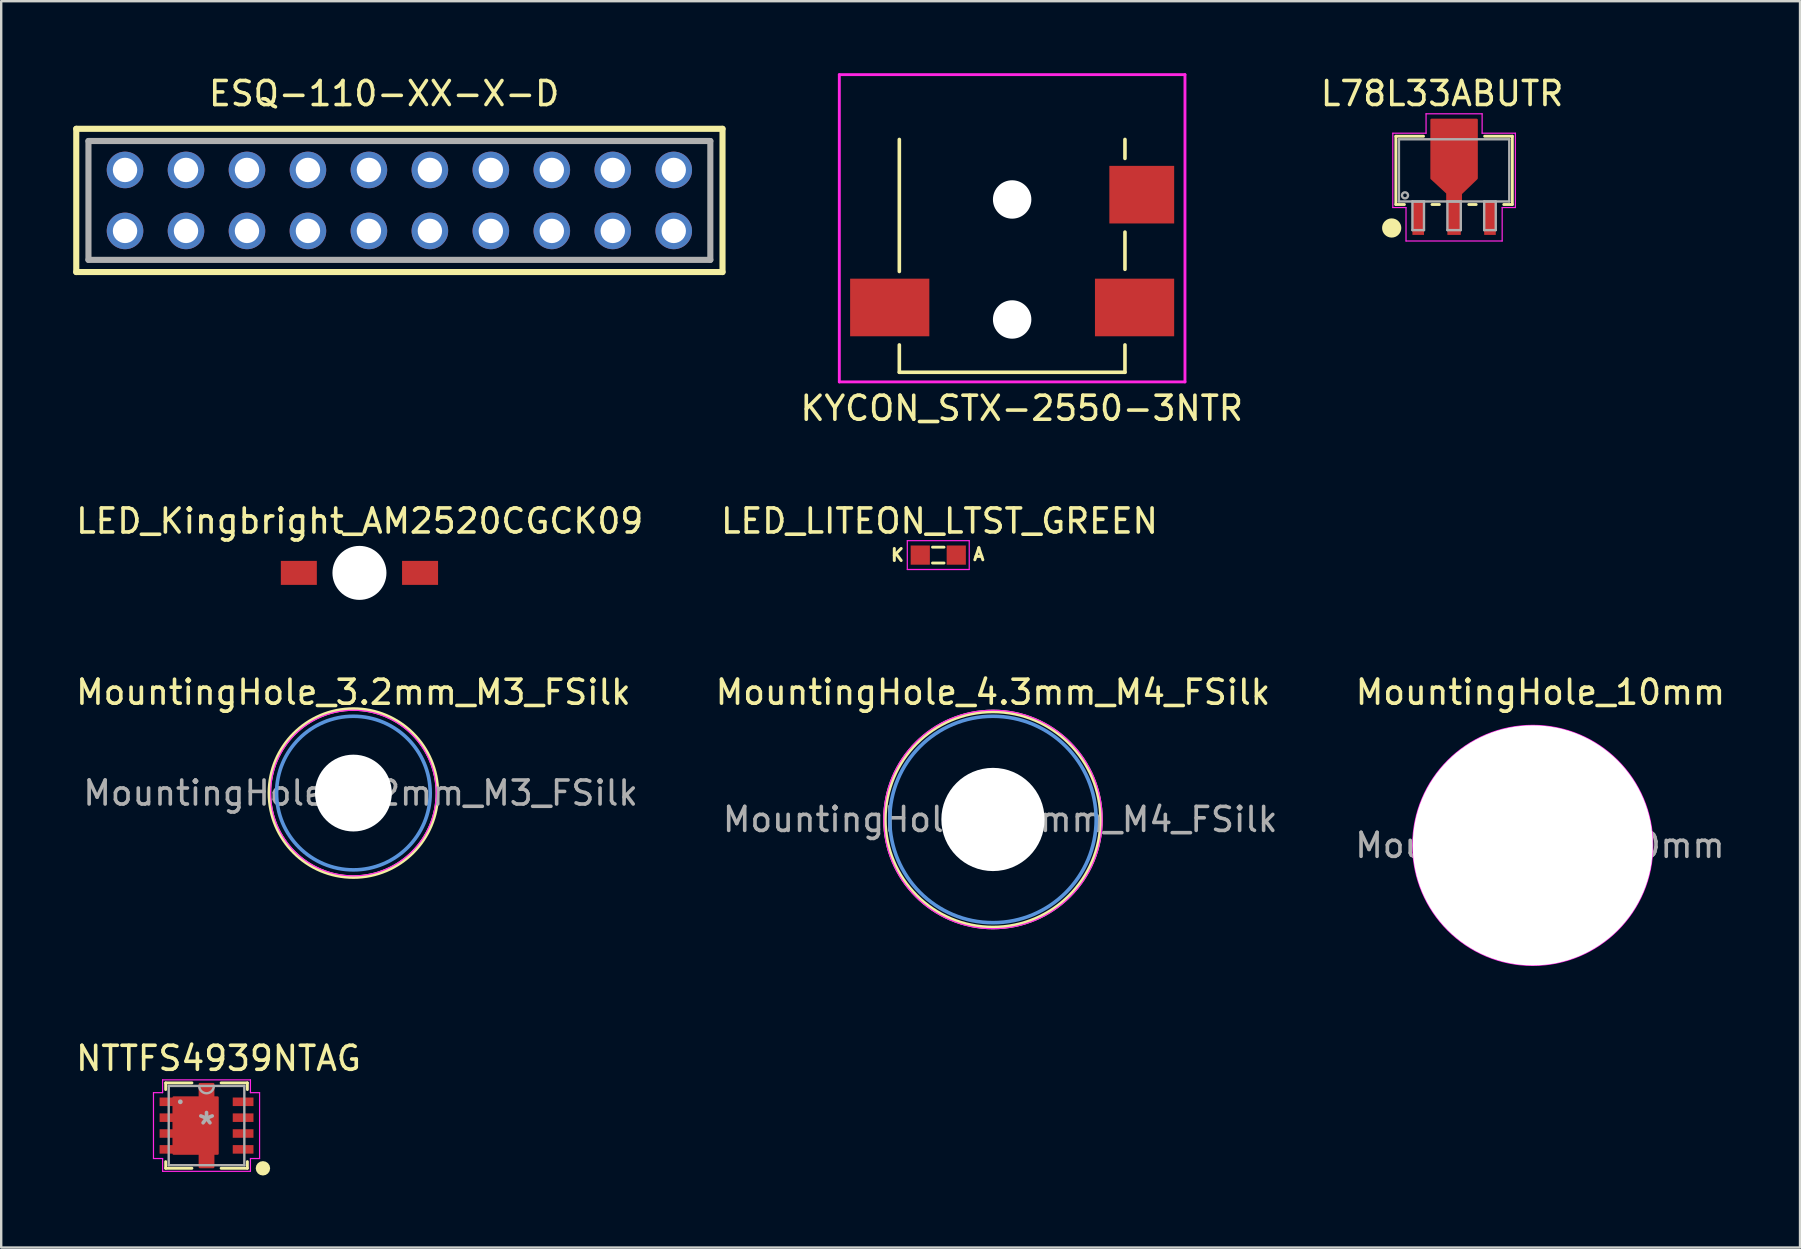
<source format=kicad_pcb>
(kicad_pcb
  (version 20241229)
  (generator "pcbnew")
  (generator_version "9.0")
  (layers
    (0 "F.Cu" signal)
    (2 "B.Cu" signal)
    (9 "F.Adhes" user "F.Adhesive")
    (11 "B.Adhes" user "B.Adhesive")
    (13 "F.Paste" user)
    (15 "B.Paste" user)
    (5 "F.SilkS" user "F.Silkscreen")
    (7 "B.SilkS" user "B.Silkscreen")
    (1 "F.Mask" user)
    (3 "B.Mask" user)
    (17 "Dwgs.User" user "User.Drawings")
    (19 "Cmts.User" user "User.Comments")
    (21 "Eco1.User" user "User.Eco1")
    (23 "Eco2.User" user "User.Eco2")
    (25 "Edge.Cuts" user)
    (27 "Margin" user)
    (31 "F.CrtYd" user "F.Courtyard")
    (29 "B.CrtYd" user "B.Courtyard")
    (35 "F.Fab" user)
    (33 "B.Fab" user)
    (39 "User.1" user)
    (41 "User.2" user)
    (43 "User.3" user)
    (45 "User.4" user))
  (footprint "MountingHole_10mm"
    (layer "F.Cu")
    (at 60.806 32.17)
    (property "Reference" "MountingHole_10mm" (at 0.32 -6.38 0) (layer "F.SilkS") (effects (font (size 1 1) (thickness 0.15))))
    (attr exclude_from_pos_files exclude_from_bom)
    (fp_circle (center 0 0) (end 5 0) (stroke (width 0.05) (type solid)) (fill no) (layer "F.CrtYd"))
    (fp_text user "${REFERENCE}" (at 0.3 0 0) (layer "F.Fab") (effects (font (size 1 1) (thickness 0.15))))
    (pad "" np_thru_hole circle (at 0 0) (size 10 10) (drill 10) (layers "*.Cu" "*.Mask")))
  (footprint "NTTFS4939NTAG"
    (layer "F.Cu")
    (at 5.554 43.843)
    (property "Reference" "NTTFS4939NTAG" (at 0.5 -2.8 0) (layer "F.SilkS") (effects (font (size 1 1) (thickness 0.15))))
    (attr smd)
    (fp_poly (pts (xy -0.279 -1.727) (xy 0.279 -1.727) (xy 0.279 -1.168) (xy 0.459 -1.168) (xy 0.459 1.168) (xy 0.279 1.168) (xy 0.279 1.727) (xy -0.279 1.727) (xy -0.279 1.168) (xy -1.369 1.168) (xy -1.369 -1.168) (xy -0.279 -1.168)) (stroke (width 0.1) (type solid)) (fill yes) (layer "F.Cu"))
    (fp_poly (pts (xy -0.279 -1.727) (xy 0.279 -1.727) (xy 0.279 -1.168) (xy 0.459 -1.168) (xy 0.459 1.168) (xy 0.279 1.168) (xy 0.279 1.727) (xy -0.279 1.727) (xy -0.279 1.168) (xy -1.369 1.168) (xy -1.369 -1.168) (xy -0.279 -1.168)) (stroke (width 0.1) (type solid)) (fill yes) (layer "F.Mask"))
    (fp_line (start -1.702 -1.778) (end -1.702 -1.501) (stroke (width 0.12) (type solid)) (layer "F.SilkS"))
    (fp_line (start -1.702 1.501) (end -1.702 1.778) (stroke (width 0.12) (type solid)) (layer "F.SilkS"))
    (fp_line (start -1.702 1.778) (end -0.608 1.778) (stroke (width 0.12) (type solid)) (layer "F.SilkS"))
    (fp_line (start -0.608 -1.778) (end -1.702 -1.778) (stroke (width 0.12) (type solid)) (layer "F.SilkS"))
    (fp_line (start 0.608 1.778) (end 1.702 1.778) (stroke (width 0.12) (type solid)) (layer "F.SilkS"))
    (fp_line (start 1.702 -1.778) (end 0.608 -1.778) (stroke (width 0.12) (type solid)) (layer "F.SilkS"))
    (fp_line (start 1.702 -1.501) (end 1.702 -1.778) (stroke (width 0.12) (type solid)) (layer "F.SilkS"))
    (fp_line (start 1.702 1.778) (end 1.702 1.501) (stroke (width 0.12) (type solid)) (layer "F.SilkS"))
    (fp_circle (center 2.35 1.78) (end 2.5 1.78) (stroke (width 0.3) (type solid)) (fill no) (layer "F.SilkS"))
    (fp_poly (pts (xy -0.279 -1.727) (xy 0.279 -1.727) (xy 0.279 -1.168) (xy 0.459 -1.168) (xy 0.459 1.168) (xy 0.279 1.168) (xy 0.279 1.727) (xy -0.279 1.727) (xy -0.279 1.168) (xy -1.369 1.168) (xy -1.369 -1.168) (xy -0.279 -1.168)) (stroke (width 0.1) (type solid)) (fill yes) (layer "F.Paste"))
    (fp_line (start -2.21 -1.372) (end -1.829 -1.372) (stroke (width 0.05) (type solid)) (layer "F.CrtYd"))
    (fp_line (start -2.21 1.372) (end -2.21 -1.372) (stroke (width 0.05) (type solid)) (layer "F.CrtYd"))
    (fp_line (start -1.829 -1.905) (end 1.829 -1.905) (stroke (width 0.05) (type solid)) (layer "F.CrtYd"))
    (fp_line (start -1.829 -1.372) (end -1.829 -1.905) (stroke (width 0.05) (type solid)) (layer "F.CrtYd"))
    (fp_line (start -1.829 1.372) (end -2.21 1.372) (stroke (width 0.05) (type solid)) (layer "F.CrtYd"))
    (fp_line (start -1.829 1.905) (end -1.829 1.372) (stroke (width 0.05) (type solid)) (layer "F.CrtYd"))
    (fp_line (start 1.829 -1.905) (end 1.829 -1.372) (stroke (width 0.05) (type solid)) (layer "F.CrtYd"))
    (fp_line (start 1.829 -1.372) (end 2.21 -1.372) (stroke (width 0.05) (type solid)) (layer "F.CrtYd"))
    (fp_line (start 1.829 1.372) (end 1.829 1.905) (stroke (width 0.05) (type solid)) (layer "F.CrtYd"))
    (fp_line (start 1.829 1.905) (end -1.829 1.905) (stroke (width 0.05) (type solid)) (layer "F.CrtYd"))
    (fp_line (start 2.21 -1.372) (end 2.21 1.372) (stroke (width 0.05) (type solid)) (layer "F.CrtYd"))
    (fp_line (start 2.21 1.372) (end 1.829 1.372) (stroke (width 0.05) (type solid)) (layer "F.CrtYd"))
    (fp_line (start -1.575 -1.651) (end -1.575 1.651) (stroke (width 0.1) (type solid)) (layer "F.Fab"))
    (fp_line (start -1.575 1.651) (end 1.575 1.651) (stroke (width 0.1) (type solid)) (layer "F.Fab"))
    (fp_line (start 1.575 -1.651) (end -1.575 -1.651) (stroke (width 0.1) (type solid)) (layer "F.Fab"))
    (fp_line (start 1.575 1.651) (end 1.575 -1.651) (stroke (width 0.1) (type solid)) (layer "F.Fab"))
    (fp_arc (start 0.3048 -1.651) (mid 0 -1.3462) (end -0.3048 -1.651) (stroke (width 0.1) (type solid)) (layer "F.Fab"))
    (fp_circle (center -1.092 -0.991) (end -1.092 -0.991) (stroke (width 0.1) (type solid)) (fill no) (layer "F.Fab"))
    (fp_text user "*" (at 0 0 0) (layer "F.Fab") (effects (font (size 1 1) (thickness 0.15))))
    (pad "1" smd rect (at 1.524 0.991) (size 0.864 0.356) (layers "F.Cu" "F.Mask" "F.Paste"))
    (pad "2" smd rect (at 1.524 0.33) (size 0.864 0.356) (layers "F.Cu" "F.Mask" "F.Paste"))
    (pad "3" smd rect (at 1.524 -0.33) (size 0.864 0.356) (layers "F.Cu" "F.Mask" "F.Paste"))
    (pad "4" smd rect (at 1.524 -0.991) (size 0.864 0.356) (layers "F.Cu" "F.Mask" "F.Paste"))
    (pad "5" smd rect (at -1.524 -0.991) (size 0.864 0.356) (layers "F.Cu" "F.Mask" "F.Paste"))
    (pad "6" smd rect (at -1.524 -0.33) (size 0.864 0.356) (layers "F.Cu" "F.Mask" "F.Paste"))
    (pad "7" smd rect (at -1.524 0.33) (size 0.864 0.356) (layers "F.Cu" "F.Mask" "F.Paste"))
    (pad "8" smd rect (at -1.524 0.991) (size 0.864 0.356) (layers "F.Cu" "F.Mask" "F.Paste")))
  (footprint "LED_Kingbright_AM2520CGCK09"
    (layer "F.Cu")
    (at 11.925 20.817)
    (property "Reference" "LED_Kingbright_AM2520CGCK09" (at 0.01 -2.16 0) (layer "F.SilkS") (effects (font (size 1 1) (thickness 0.15))))
    (attr smd)
    (pad "" np_thru_hole circle (at 0 0) (size 2.25 2.25) (drill 2.25) (layers "*.Cu" "*.Mask"))
    (pad "A" smd rect (at 2.525 0) (size 1.5 1) (layers "F.Cu" "F.Mask" "F.Paste"))
    (pad "K" smd rect (at -2.525 0) (size 1.5 1) (layers "F.Cu" "F.Mask" "F.Paste")))
  (footprint "MountingHole_4.3mm_M4_FSilk"
    (layer "F.Cu")
    (at 38.318 31.09)
    (property "Reference" "MountingHole_4.3mm_M4_FSilk" (at 0 -5.3 0) (layer "F.SilkS") (effects (font (size 1 1) (thickness 0.15))))
    (attr exclude_from_pos_files exclude_from_bom)
    (fp_circle (center 0 0) (end 4.5 0) (stroke (width 0.15) (type solid)) (fill no) (layer "F.SilkS"))
    (fp_circle (center 0 0) (end 4.3 0) (stroke (width 0.15) (type solid)) (fill no) (layer "Cmts.User"))
    (fp_circle (center 0 0) (end 4.55 0) (stroke (width 0.05) (type solid)) (fill no) (layer "F.CrtYd"))
    (fp_text user "${REFERENCE}" (at 0.3 0 0) (layer "F.Fab") (effects (font (size 1 1) (thickness 0.15))))
    (pad "" np_thru_hole circle (at 0 0) (size 4.3 4.3) (drill 4.3) (layers "*.Cu" "*.Mask")))
  (footprint "MountingHole_3.2mm_M3_FSilk"
    (layer "F.Cu")
    (at 11.673 29.99)
    (property "Reference" "MountingHole_3.2mm_M3_FSilk" (at 0 -4.2 0) (layer "F.SilkS") (effects (font (size 1 1) (thickness 0.15))))
    (attr exclude_from_pos_files exclude_from_bom)
    (fp_circle (center 0 0) (end 3.5 0) (stroke (width 0.15) (type solid)) (fill no) (layer "F.SilkS"))
    (fp_circle (center 0 0) (end 3.2 0) (stroke (width 0.15) (type solid)) (fill no) (layer "Cmts.User"))
    (fp_circle (center 0 0) (end 3.45 0) (stroke (width 0.05) (type solid)) (fill no) (layer "F.CrtYd"))
    (fp_text user "${REFERENCE}" (at 0.3 0 0) (layer "F.Fab") (effects (font (size 1 1) (thickness 0.15))))
    (pad "" np_thru_hole circle (at 0 0) (size 3.2 3.2) (drill 3.2) (layers "*.Cu" "*.Mask")))
  (footprint "ESQ-110-XX-X-D"
    (layer "F.Cu")
    (at 13.589 5.3)
    (property "Reference" "ESQ-110-XX-X-D" (at -0.636 -4.451 0) (layer "F.SilkS") (effects (font (size 1.001 1.001) (thickness 0.15))))
    (attr through_hole)
    (fp_line (start -13.462 -2.984) (end 13.462 -2.984) (stroke (width 0.254) (type solid)) (layer "F.SilkS"))
    (fp_line (start -13.462 2.984) (end -13.462 -2.984) (stroke (width 0.254) (type solid)) (layer "F.SilkS"))
    (fp_line (start 13.462 -2.984) (end 13.462 2.984) (stroke (width 0.254) (type solid)) (layer "F.SilkS"))
    (fp_line (start 13.462 2.984) (end -13.462 2.984) (stroke (width 0.254) (type solid)) (layer "F.SilkS"))
    (fp_line (start -12.954 -2.476) (end 12.954 -2.476) (stroke (width 0.254) (type solid)) (layer "F.Fab"))
    (fp_line (start -12.954 2.476) (end -12.954 -2.476) (stroke (width 0.254) (type solid)) (layer "F.Fab"))
    (fp_line (start 12.954 -2.476) (end 12.954 2.476) (stroke (width 0.254) (type solid)) (layer "F.Fab"))
    (fp_line (start 12.954 2.476) (end -12.954 2.476) (stroke (width 0.254) (type solid)) (layer "F.Fab"))
    (pad "1" thru_hole circle (at -11.43 -1.27) (size 1.524 1.524) (drill 1.016) (layers "*.Cu" "*.Mask"))
    (pad "2" thru_hole circle (at -11.43 1.27) (size 1.524 1.524) (drill 1.016) (layers "*.Cu" "*.Mask"))
    (pad "3" thru_hole circle (at -8.89 -1.27) (size 1.524 1.524) (drill 1.016) (layers "*.Cu" "*.Mask"))
    (pad "4" thru_hole circle (at -8.89 1.27) (size 1.524 1.524) (drill 1.016) (layers "*.Cu" "*.Mask"))
    (pad "5" thru_hole circle (at -6.35 -1.27) (size 1.524 1.524) (drill 1.016) (layers "*.Cu" "*.Mask"))
    (pad "6" thru_hole circle (at -6.35 1.27) (size 1.524 1.524) (drill 1.016) (layers "*.Cu" "*.Mask"))
    (pad "7" thru_hole circle (at -3.81 -1.27) (size 1.524 1.524) (drill 1.016) (layers "*.Cu" "*.Mask"))
    (pad "8" thru_hole circle (at -3.81 1.27) (size 1.524 1.524) (drill 1.016) (layers "*.Cu" "*.Mask"))
    (pad "9" thru_hole circle (at -1.27 -1.27) (size 1.524 1.524) (drill 1.016) (layers "*.Cu" "*.Mask"))
    (pad "10" thru_hole circle (at -1.27 1.27) (size 1.524 1.524) (drill 1.016) (layers "*.Cu" "*.Mask"))
    (pad "11" thru_hole circle (at 1.27 -1.27) (size 1.524 1.524) (drill 1.016) (layers "*.Cu" "*.Mask"))
    (pad "12" thru_hole circle (at 1.27 1.27) (size 1.524 1.524) (drill 1.016) (layers "*.Cu" "*.Mask"))
    (pad "13" thru_hole circle (at 3.81 -1.27) (size 1.524 1.524) (drill 1.016) (layers "*.Cu" "*.Mask"))
    (pad "14" thru_hole circle (at 3.81 1.27) (size 1.524 1.524) (drill 1.016) (layers "*.Cu" "*.Mask"))
    (pad "15" thru_hole circle (at 6.35 -1.27) (size 1.524 1.524) (drill 1.016) (layers "*.Cu" "*.Mask"))
    (pad "16" thru_hole circle (at 6.35 1.27) (size 1.524 1.524) (drill 1.016) (layers "*.Cu" "*.Mask"))
    (pad "17" thru_hole circle (at 8.89 -1.27) (size 1.524 1.524) (drill 1.016) (layers "*.Cu" "*.Mask"))
    (pad "18" thru_hole circle (at 8.89 1.27) (size 1.524 1.524) (drill 1.016) (layers "*.Cu" "*.Mask"))
    (pad "19" thru_hole circle (at 11.43 -1.27) (size 1.524 1.524) (drill 1.016) (layers "*.Cu" "*.Mask"))
    (pad "20" thru_hole circle (at 11.43 1.27) (size 1.524 1.524) (drill 1.016) (layers "*.Cu" "*.Mask")))
  (footprint "LED_LITEON_LTST_GREEN"
    (layer "F.Cu")
    (at 36.039 20.076)
    (property "Reference" "LED_LITEON_LTST_GREEN" (at 0.05 -1.42 0) (layer "F.SilkS") (effects (font (size 1 1) (thickness 0.15))))
    (attr smd)
    (fp_line (start -0.24 -0.33) (end 0.24 -0.33) (stroke (width 0.12) (type solid)) (layer "F.SilkS"))
    (fp_line (start -0.24 0.33) (end 0.24 0.33) (stroke (width 0.12) (type solid)) (layer "F.SilkS"))
    (fp_line (start -1.29 -0.6) (end 1.29 -0.6) (stroke (width 0.05) (type solid)) (layer "F.CrtYd"))
    (fp_line (start -1.29 0.6) (end -1.29 -0.6) (stroke (width 0.05) (type solid)) (layer "F.CrtYd"))
    (fp_line (start 1.29 -0.6) (end 1.29 0.6) (stroke (width 0.05) (type solid)) (layer "F.CrtYd"))
    (fp_line (start 1.29 0.6) (end -1.29 0.6) (stroke (width 0.05) (type solid)) (layer "F.CrtYd"))
    (fp_text user "K" (at -1.7 0 0) (layer "F.SilkS") (effects (font (size 0.5 0.5) (thickness 0.125))))
    (fp_text user "A" (at 1.69 -0.03 0) (layer "F.SilkS") (effects (font (size 0.5 0.5) (thickness 0.125))))
    (pad "A" smd rect (at 0.75 0) (size 0.8 0.8) (layers "F.Cu" "F.Mask" "F.Paste"))
    (pad "K" smd rect (at -0.75 0) (size 0.8 0.8) (layers "F.Cu" "F.Mask" "F.Paste")))
  (footprint "KYCON_STX-2550-3NTR"
    (layer "F.Cu")
    (at 39.117 7.26)
    (property "Reference" "KYCON_STX-2550-3NTR" (at 0.4 6.7 0) (layer "F.SilkS") (effects (font (size 1 1) (thickness 0.15))))
    (attr through_hole)
    (fp_line (start -4.7 1) (end -4.7 -4.5) (stroke (width 0.15) (type solid)) (layer "F.SilkS"))
    (fp_line (start -4.7 5.2) (end -4.7 4.06) (stroke (width 0.15) (type solid)) (layer "F.SilkS"))
    (fp_line (start 4.7 -3.71) (end 4.7 -4.5) (stroke (width 0.15) (type solid)) (layer "F.SilkS"))
    (fp_line (start 4.7 0.91) (end 4.7 -0.64) (stroke (width 0.15) (type solid)) (layer "F.SilkS"))
    (fp_line (start 4.7 5.2) (end -4.7 5.2) (stroke (width 0.15) (type solid)) (layer "F.SilkS"))
    (fp_line (start 4.7 5.2) (end 4.7 4.06) (stroke (width 0.15) (type solid)) (layer "F.SilkS"))
    (fp_line (start -7.2 -7.2) (end -7.2 5.6) (stroke (width 0.12) (type solid)) (layer "F.CrtYd"))
    (fp_line (start -7.2 5.6) (end 7.2 5.6) (stroke (width 0.12) (type solid)) (layer "F.CrtYd"))
    (fp_line (start 7.2 -7.2) (end -7.2 -7.2) (stroke (width 0.12) (type solid)) (layer "F.CrtYd"))
    (fp_line (start 7.2 5.6) (end 7.2 -7.2) (stroke (width 0.12) (type solid)) (layer "F.CrtYd"))
    (pad "" np_thru_hole circle (at 0 -2) (size 1.6 1.6) (drill 1.6) (layers "*.Cu" "*.Mask"))
    (pad "" np_thru_hole circle (at 0 3) (size 1.6 1.6) (drill 1.6) (layers "*.Cu" "*.Mask"))
    (pad "1" smd rect (at 5.4 -2.2) (size 2.7 2.4) (layers "F.Cu" "F.Mask" "F.Paste"))
    (pad "2" smd rect (at -5.1 2.5) (size 3.3 2.4) (layers "F.Cu" "F.Mask" "F.Paste"))
    (pad "3" smd rect (at 5.1 2.5) (size 3.3 2.4) (layers "F.Cu" "F.Mask" "F.Paste")))
  (footprint "L78L33ABUTR"
    (layer "F.Cu")
    (at 57.529 4.048)
    (property "Reference" "L78L33ABUTR" (at -0.5 -3.2 0) (layer "F.SilkS") (effects (font (size 1 1) (thickness 0.15))))
    (attr smd)
    (fp_poly (pts (xy -0.279 1.295) (xy -0.279 0.94) (xy -0.939 0.33) (xy -0.939 -2.103) (xy 0.939 -2.103) (xy 0.939 0.33) (xy 0.279 0.965) (xy 0.279 1.295)) (stroke (width 0.1) (type solid)) (fill yes) (layer "F.Cu"))
    (fp_poly (pts (xy -0.279 1.295) (xy -0.279 0.94) (xy -0.914 0.305) (xy -0.914 -1.953) (xy 0.914 -1.953) (xy 0.914 0.305) (xy 0.279 0.94) (xy 0.279 1.295)) (stroke (width 0.1) (type solid)) (fill yes) (layer "F.Mask"))
    (fp_line (start -2.426 -1.422) (end -2.426 1.422) (stroke (width 0.12) (type solid)) (layer "F.SilkS"))
    (fp_line (start -2.426 1.422) (end -2.069 1.422) (stroke (width 0.12) (type solid)) (layer "F.SilkS"))
    (fp_line (start -1.272 -1.422) (end -2.426 -1.422) (stroke (width 0.12) (type solid)) (layer "F.SilkS"))
    (fp_line (start -0.921 1.422) (end -0.612 1.422) (stroke (width 0.12) (type solid)) (layer "F.SilkS"))
    (fp_line (start 0.612 1.422) (end 0.921 1.422) (stroke (width 0.12) (type solid)) (layer "F.SilkS"))
    (fp_line (start 2.069 1.422) (end 2.426 1.422) (stroke (width 0.12) (type solid)) (layer "F.SilkS"))
    (fp_line (start 2.426 -1.422) (end 1.272 -1.422) (stroke (width 0.12) (type solid)) (layer "F.SilkS"))
    (fp_line (start 2.426 1.422) (end 2.426 -1.422) (stroke (width 0.12) (type solid)) (layer "F.SilkS"))
    (fp_circle (center -2.6 2.4) (end -2.4 2.4) (stroke (width 0.4) (type solid)) (fill no) (layer "F.SilkS"))
    (fp_poly (pts (xy -0.279 1.295) (xy -0.279 0.94) (xy -0.914 0.305) (xy -0.914 -1.953) (xy 0.914 -1.953) (xy 0.914 0.305) (xy 0.279 0.94) (xy 0.279 1.295)) (stroke (width 0.1) (type solid)) (fill yes) (layer "F.Paste"))
    (fp_line (start -2.553 -1.549) (end -1.168 -1.549) (stroke (width 0.05) (type solid)) (layer "F.CrtYd"))
    (fp_line (start -2.553 1.549) (end -2.553 -1.549) (stroke (width 0.05) (type solid)) (layer "F.CrtYd"))
    (fp_line (start -2.003 1.549) (end -2.553 1.549) (stroke (width 0.05) (type solid)) (layer "F.CrtYd"))
    (fp_line (start -2.003 2.943) (end -2.003 1.549) (stroke (width 0.05) (type solid)) (layer "F.CrtYd"))
    (fp_line (start -1.168 -2.357) (end 1.168 -2.357) (stroke (width 0.05) (type solid)) (layer "F.CrtYd"))
    (fp_line (start -1.168 -1.549) (end -1.168 -2.357) (stroke (width 0.05) (type solid)) (layer "F.CrtYd"))
    (fp_line (start 1.168 -2.357) (end 1.168 -1.549) (stroke (width 0.05) (type solid)) (layer "F.CrtYd"))
    (fp_line (start 1.168 -1.549) (end 2.553 -1.549) (stroke (width 0.05) (type solid)) (layer "F.CrtYd"))
    (fp_line (start 2.003 1.549) (end 2.003 2.943) (stroke (width 0.05) (type solid)) (layer "F.CrtYd"))
    (fp_line (start 2.003 2.943) (end -2.003 2.943) (stroke (width 0.05) (type solid)) (layer "F.CrtYd"))
    (fp_line (start 2.553 -1.549) (end 2.553 1.549) (stroke (width 0.05) (type solid)) (layer "F.CrtYd"))
    (fp_line (start 2.553 1.549) (end 2.003 1.549) (stroke (width 0.05) (type solid)) (layer "F.CrtYd"))
    (fp_line (start -2.299 -1.295) (end -2.299 1.295) (stroke (width 0.1) (type solid)) (layer "F.Fab"))
    (fp_line (start -2.299 1.295) (end 2.299 1.295) (stroke (width 0.1) (type solid)) (layer "F.Fab"))
    (fp_line (start -1.736 1.295) (end -1.736 2.489) (stroke (width 0.1) (type solid)) (layer "F.Fab"))
    (fp_line (start -1.736 2.489) (end -1.254 2.489) (stroke (width 0.1) (type solid)) (layer "F.Fab"))
    (fp_line (start -1.254 1.295) (end -1.736 1.295) (stroke (width 0.1) (type solid)) (layer "F.Fab"))
    (fp_line (start -1.254 2.489) (end -1.254 1.295) (stroke (width 0.1) (type solid)) (layer "F.Fab"))
    (fp_line (start -0.279 1.295) (end -0.279 2.489) (stroke (width 0.1) (type solid)) (layer "F.Fab"))
    (fp_line (start -0.279 2.489) (end 0.279 2.489) (stroke (width 0.1) (type solid)) (layer "F.Fab"))
    (fp_line (start 0.279 1.295) (end -0.279 1.295) (stroke (width 0.1) (type solid)) (layer "F.Fab"))
    (fp_line (start 0.279 2.489) (end 0.279 1.295) (stroke (width 0.1) (type solid)) (layer "F.Fab"))
    (fp_line (start 1.254 1.295) (end 1.254 2.489) (stroke (width 0.1) (type solid)) (layer "F.Fab"))
    (fp_line (start 1.254 2.489) (end 1.736 2.489) (stroke (width 0.1) (type solid)) (layer "F.Fab"))
    (fp_line (start 1.736 1.295) (end 1.254 1.295) (stroke (width 0.1) (type solid)) (layer "F.Fab"))
    (fp_line (start 1.736 2.489) (end 1.736 1.295) (stroke (width 0.1) (type solid)) (layer "F.Fab"))
    (fp_line (start 2.299 -1.295) (end -2.299 -1.295) (stroke (width 0.1) (type solid)) (layer "F.Fab"))
    (fp_line (start 2.299 1.295) (end 2.299 -1.295) (stroke (width 0.1) (type solid)) (layer "F.Fab"))
    (fp_circle (center -2.045 1.041) (end -1.918 1.041) (stroke (width 0.1) (type solid)) (fill no) (layer "F.Fab"))
    (pad "1" smd rect (at -1.495 1.992) (size 0.483 1.394) (layers "F.Cu" "F.Mask" "F.Paste"))
    (pad "2" smd rect (at 0 1.992) (size 0.559 1.394) (layers "F.Cu" "F.Mask" "F.Paste"))
    (pad "3" smd rect (at 1.495 1.992) (size 0.483 1.394) (layers "F.Cu" "F.Mask" "F.Paste")))
  (gr_rect
    (start -3 -3)
    (end 71.941 48.923)
    (stroke (width 0.1) (type default))
    (fill no)
    (layer "Edge.Cuts")))
</source>
